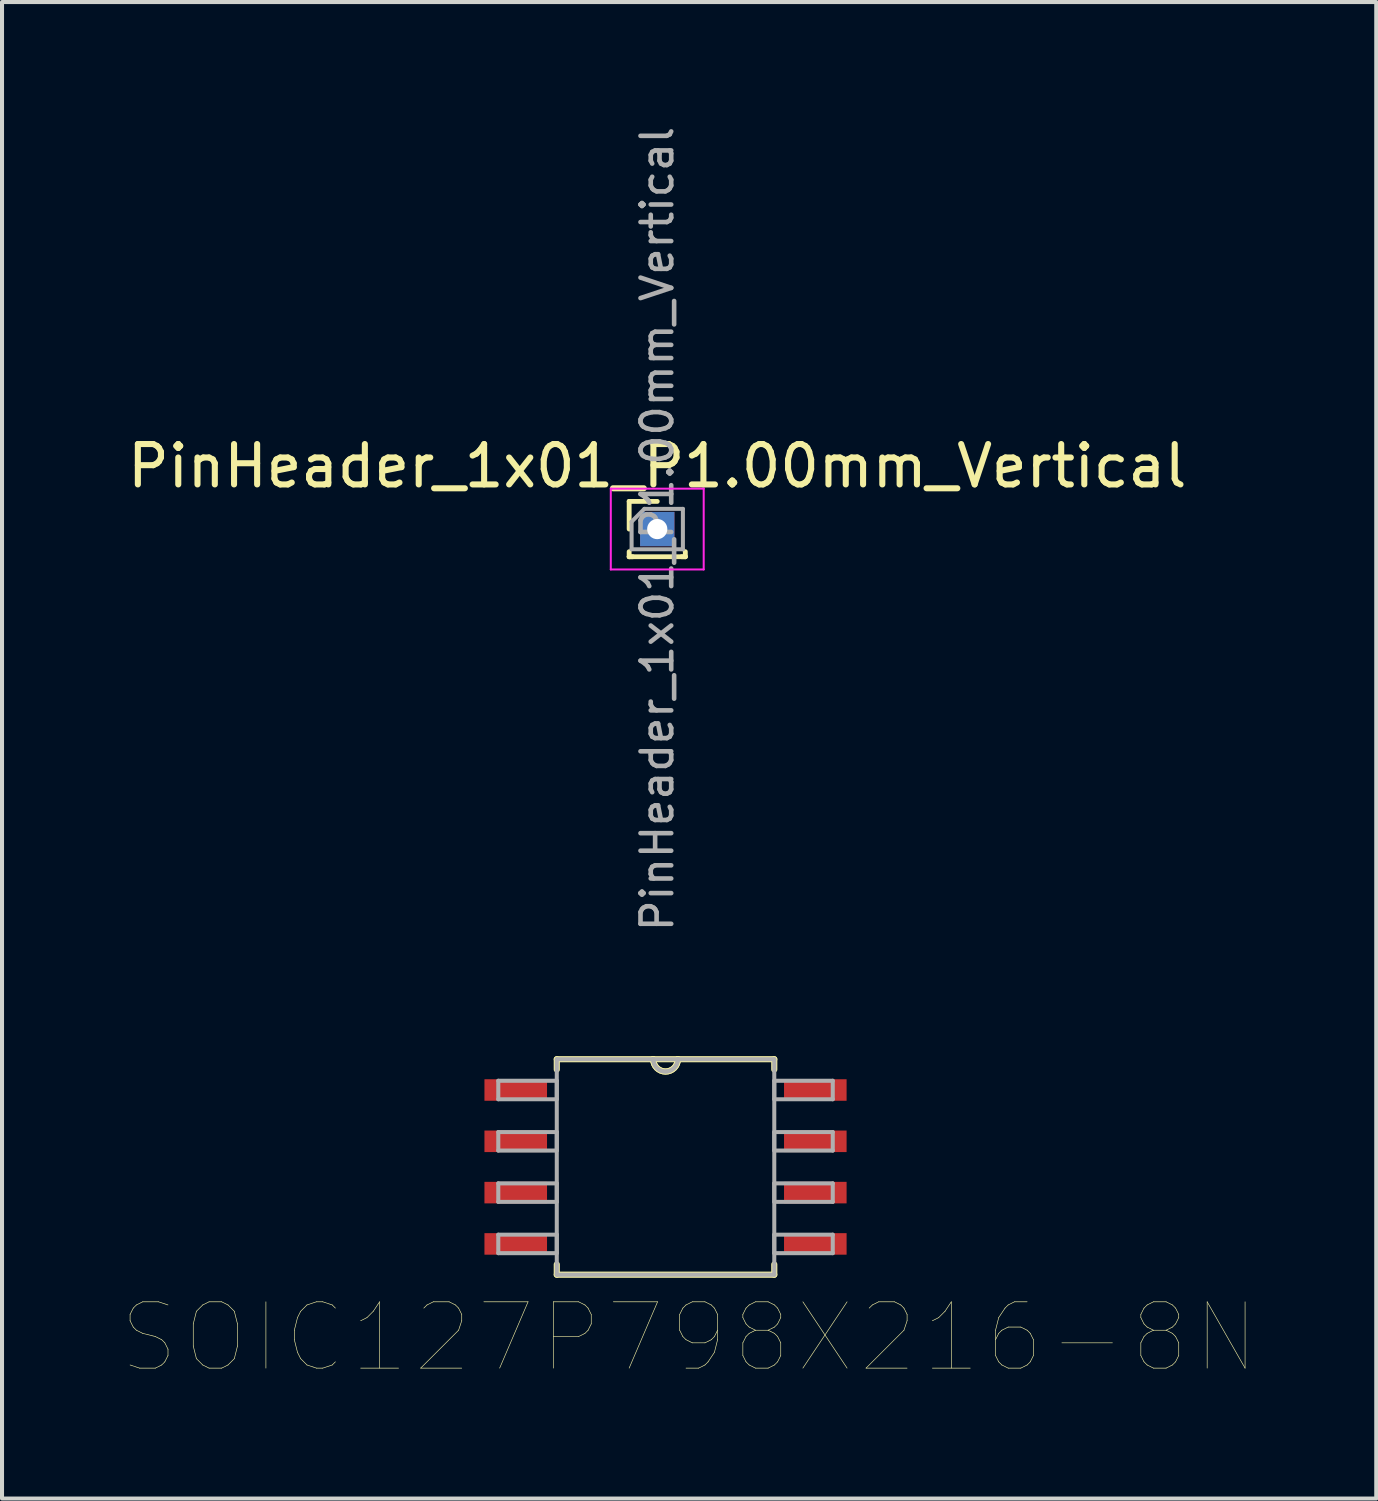
<source format=kicad_pcb>
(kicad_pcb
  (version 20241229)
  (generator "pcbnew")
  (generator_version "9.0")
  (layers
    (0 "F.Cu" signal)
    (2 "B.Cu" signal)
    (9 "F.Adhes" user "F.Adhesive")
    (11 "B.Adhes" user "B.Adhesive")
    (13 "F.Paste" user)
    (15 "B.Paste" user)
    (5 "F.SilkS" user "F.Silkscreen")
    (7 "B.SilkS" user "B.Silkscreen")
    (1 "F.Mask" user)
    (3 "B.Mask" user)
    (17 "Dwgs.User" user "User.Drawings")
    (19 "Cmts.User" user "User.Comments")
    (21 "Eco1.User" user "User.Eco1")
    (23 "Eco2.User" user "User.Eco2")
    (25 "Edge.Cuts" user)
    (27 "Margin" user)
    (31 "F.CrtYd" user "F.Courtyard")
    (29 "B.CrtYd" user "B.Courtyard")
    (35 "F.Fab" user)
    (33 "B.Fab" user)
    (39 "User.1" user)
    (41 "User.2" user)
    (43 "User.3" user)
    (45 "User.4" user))
  (footprint "SOIC127P798X216-8N"
    (layer "F.Cu")
    (at 13.425 25.838)
    (property "Reference" "SOIC127P798X216-8N" (at 0.585 4.221 0) (layer "F.SilkS") (effects (font (size 1.642 1.642) (thickness 0.015))))
    (attr through_hole)
    (fp_line (start -2.692 -2.667) (end -2.692 -2.413) (stroke (width 0.152) (type solid)) (layer "F.SilkS"))
    (fp_line (start -2.692 2.413) (end -2.692 2.667) (stroke (width 0.152) (type solid)) (layer "F.SilkS"))
    (fp_line (start -2.692 2.667) (end 2.692 2.667) (stroke (width 0.152) (type solid)) (layer "F.SilkS"))
    (fp_line (start -0.305 -2.667) (end -2.692 -2.667) (stroke (width 0.152) (type solid)) (layer "F.SilkS"))
    (fp_line (start 0.305 -2.667) (end -0.305 -2.667) (stroke (width 0.152) (type solid)) (layer "F.SilkS"))
    (fp_line (start 2.692 -2.667) (end 0.305 -2.667) (stroke (width 0.152) (type solid)) (layer "F.SilkS"))
    (fp_line (start 2.692 -2.413) (end 2.692 -2.667) (stroke (width 0.152) (type solid)) (layer "F.SilkS"))
    (fp_line (start 2.692 2.667) (end 2.692 2.413) (stroke (width 0.152) (type solid)) (layer "F.SilkS"))
    (fp_arc (start 0.3048 -2.667) (mid 0 -2.3622) (end -0.3048 -2.667) (stroke (width 0.1524) (type solid)) (layer "F.SilkS"))
    (fp_arc (start 0.3048 -2.667) (mid 0 -2.3622) (end -0.3048 -2.667) (stroke (width 0.1524) (type solid)) (layer "F.SilkS"))
    (fp_line (start -4.14 -2.134) (end -4.14 -1.676) (stroke (width 0.1) (type solid)) (layer "F.Fab"))
    (fp_line (start -4.14 -1.676) (end -2.692 -1.676) (stroke (width 0.1) (type solid)) (layer "F.Fab"))
    (fp_line (start -4.14 -0.864) (end -4.14 -0.406) (stroke (width 0.1) (type solid)) (layer "F.Fab"))
    (fp_line (start -4.14 -0.406) (end -2.692 -0.406) (stroke (width 0.1) (type solid)) (layer "F.Fab"))
    (fp_line (start -4.14 0.406) (end -4.14 0.864) (stroke (width 0.1) (type solid)) (layer "F.Fab"))
    (fp_line (start -4.14 0.864) (end -2.692 0.864) (stroke (width 0.1) (type solid)) (layer "F.Fab"))
    (fp_line (start -4.14 1.676) (end -4.14 2.134) (stroke (width 0.1) (type solid)) (layer "F.Fab"))
    (fp_line (start -4.14 2.134) (end -2.692 2.134) (stroke (width 0.1) (type solid)) (layer "F.Fab"))
    (fp_line (start -2.692 -2.667) (end -2.692 2.667) (stroke (width 0.1) (type solid)) (layer "F.Fab"))
    (fp_line (start -2.692 -2.134) (end -4.14 -2.134) (stroke (width 0.1) (type solid)) (layer "F.Fab"))
    (fp_line (start -2.692 -1.676) (end -2.692 -2.134) (stroke (width 0.1) (type solid)) (layer "F.Fab"))
    (fp_line (start -2.692 -0.864) (end -4.14 -0.864) (stroke (width 0.1) (type solid)) (layer "F.Fab"))
    (fp_line (start -2.692 -0.406) (end -2.692 -0.864) (stroke (width 0.1) (type solid)) (layer "F.Fab"))
    (fp_line (start -2.692 0.406) (end -4.14 0.406) (stroke (width 0.1) (type solid)) (layer "F.Fab"))
    (fp_line (start -2.692 0.864) (end -2.692 0.406) (stroke (width 0.1) (type solid)) (layer "F.Fab"))
    (fp_line (start -2.692 1.676) (end -4.14 1.676) (stroke (width 0.1) (type solid)) (layer "F.Fab"))
    (fp_line (start -2.692 2.134) (end -2.692 1.676) (stroke (width 0.1) (type solid)) (layer "F.Fab"))
    (fp_line (start -2.692 2.667) (end 2.692 2.667) (stroke (width 0.1) (type solid)) (layer "F.Fab"))
    (fp_line (start -0.305 -2.667) (end -2.692 -2.667) (stroke (width 0.1) (type solid)) (layer "F.Fab"))
    (fp_line (start 0.305 -2.667) (end -0.305 -2.667) (stroke (width 0.1) (type solid)) (layer "F.Fab"))
    (fp_line (start 2.692 -2.667) (end 0.305 -2.667) (stroke (width 0.1) (type solid)) (layer "F.Fab"))
    (fp_line (start 2.692 -2.134) (end 2.692 -1.676) (stroke (width 0.1) (type solid)) (layer "F.Fab"))
    (fp_line (start 2.692 -1.676) (end 4.14 -1.676) (stroke (width 0.1) (type solid)) (layer "F.Fab"))
    (fp_line (start 2.692 -0.864) (end 2.692 -0.406) (stroke (width 0.1) (type solid)) (layer "F.Fab"))
    (fp_line (start 2.692 -0.406) (end 4.14 -0.406) (stroke (width 0.1) (type solid)) (layer "F.Fab"))
    (fp_line (start 2.692 0.406) (end 2.692 0.864) (stroke (width 0.1) (type solid)) (layer "F.Fab"))
    (fp_line (start 2.692 0.864) (end 4.14 0.864) (stroke (width 0.1) (type solid)) (layer "F.Fab"))
    (fp_line (start 2.692 1.676) (end 2.692 2.134) (stroke (width 0.1) (type solid)) (layer "F.Fab"))
    (fp_line (start 2.692 2.134) (end 4.14 2.134) (stroke (width 0.1) (type solid)) (layer "F.Fab"))
    (fp_line (start 2.692 2.667) (end 2.692 -2.667) (stroke (width 0.1) (type solid)) (layer "F.Fab"))
    (fp_line (start 4.14 -2.134) (end 2.692 -2.134) (stroke (width 0.1) (type solid)) (layer "F.Fab"))
    (fp_line (start 4.14 -1.676) (end 4.14 -2.134) (stroke (width 0.1) (type solid)) (layer "F.Fab"))
    (fp_line (start 4.14 -0.864) (end 2.692 -0.864) (stroke (width 0.1) (type solid)) (layer "F.Fab"))
    (fp_line (start 4.14 -0.406) (end 4.14 -0.864) (stroke (width 0.1) (type solid)) (layer "F.Fab"))
    (fp_line (start 4.14 0.406) (end 2.692 0.406) (stroke (width 0.1) (type solid)) (layer "F.Fab"))
    (fp_line (start 4.14 0.864) (end 4.14 0.406) (stroke (width 0.1) (type solid)) (layer "F.Fab"))
    (fp_line (start 4.14 1.676) (end 2.692 1.676) (stroke (width 0.1) (type solid)) (layer "F.Fab"))
    (fp_line (start 4.14 2.134) (end 4.14 1.676) (stroke (width 0.1) (type solid)) (layer "F.Fab"))
    (fp_arc (start 0.3048 -2.667) (mid 0 -2.3622) (end -0.3048 -2.667) (stroke (width 0.1) (type solid)) (layer "F.Fab"))
    (fp_arc (start 0.3048 -2.667) (mid 0 -2.3622) (end -0.3048 -2.667) (stroke (width 0.1) (type solid)) (layer "F.Fab"))
    (pad "1" smd rect (at -3.708 -1.905) (size 1.549 0.533) (layers "F.Cu" "F.Mask" "F.Paste"))
    (pad "2" smd rect (at -3.708 -0.635) (size 1.549 0.533) (layers "F.Cu" "F.Mask" "F.Paste"))
    (pad "3" smd rect (at -3.708 0.635) (size 1.549 0.533) (layers "F.Cu" "F.Mask" "F.Paste"))
    (pad "4" smd rect (at -3.708 1.905) (size 1.549 0.533) (layers "F.Cu" "F.Mask" "F.Paste"))
    (pad "5" smd rect (at 3.708 1.905) (size 1.549 0.533) (layers "F.Cu" "F.Mask" "F.Paste"))
    (pad "6" smd rect (at 3.708 0.635) (size 1.549 0.533) (layers "F.Cu" "F.Mask" "F.Paste"))
    (pad "7" smd rect (at 3.708 -0.635) (size 1.549 0.533) (layers "F.Cu" "F.Mask" "F.Paste"))
    (pad "8" smd rect (at 3.708 -1.905) (size 1.549 0.533) (layers "F.Cu" "F.Mask" "F.Paste")))
  (footprint "PinHeader_1x01_P1.00mm_Vertical"
    (layer "F.Cu")
    (at 13.22 10.047)
    (property "Reference" "PinHeader_1x01_P1.00mm_Vertical" (at 0 -1.56 0) (layer "F.SilkS") (effects (font (size 1 1) (thickness 0.15))))
    (attr through_hole)
    (fp_line (start -0.695 -0.685) (end 0 -0.685) (stroke (width 0.12) (type solid)) (layer "F.SilkS"))
    (fp_line (start -0.695 0) (end -0.695 -0.685) (stroke (width 0.12) (type solid)) (layer "F.SilkS"))
    (fp_line (start -0.695 0.685) (end -0.695 0.56) (stroke (width 0.12) (type solid)) (layer "F.SilkS"))
    (fp_line (start -0.695 0.685) (end -0.608 0.685) (stroke (width 0.12) (type solid)) (layer "F.SilkS"))
    (fp_line (start -0.695 0.685) (end 0.695 0.685) (stroke (width 0.12) (type solid)) (layer "F.SilkS"))
    (fp_line (start 0.608 0.685) (end 0.695 0.685) (stroke (width 0.12) (type solid)) (layer "F.SilkS"))
    (fp_line (start 0.695 0.685) (end 0.695 0.56) (stroke (width 0.12) (type solid)) (layer "F.SilkS"))
    (fp_line (start -1.15 -1) (end -1.15 1) (stroke (width 0.05) (type solid)) (layer "F.CrtYd"))
    (fp_line (start -1.15 1) (end 1.15 1) (stroke (width 0.05) (type solid)) (layer "F.CrtYd"))
    (fp_line (start 1.15 -1) (end -1.15 -1) (stroke (width 0.05) (type solid)) (layer "F.CrtYd"))
    (fp_line (start 1.15 1) (end 1.15 -1) (stroke (width 0.05) (type solid)) (layer "F.CrtYd"))
    (fp_line (start -0.635 -0.182) (end -0.318 -0.5) (stroke (width 0.1) (type solid)) (layer "F.Fab"))
    (fp_line (start -0.635 0.5) (end -0.635 -0.182) (stroke (width 0.1) (type solid)) (layer "F.Fab"))
    (fp_line (start -0.318 -0.5) (end 0.635 -0.5) (stroke (width 0.1) (type solid)) (layer "F.Fab"))
    (fp_line (start 0.635 -0.5) (end 0.635 0.5) (stroke (width 0.1) (type solid)) (layer "F.Fab"))
    (fp_line (start 0.635 0.5) (end -0.635 0.5) (stroke (width 0.1) (type solid)) (layer "F.Fab"))
    (fp_text user "${REFERENCE}" (at 0 0 90) (layer "F.Fab") (effects (font (size 0.76 0.76) (thickness 0.114))))
    (pad "1" thru_hole rect (at 0 0) (size 0.85 0.85) (drill 0.5) (layers "*.Cu" "*.Mask")))
  (gr_rect
    (start -3 -3)
    (end 31.019 34.046)
    (stroke (width 0.1) (type default))
    (fill no)
    (layer "Edge.Cuts")))
</source>
